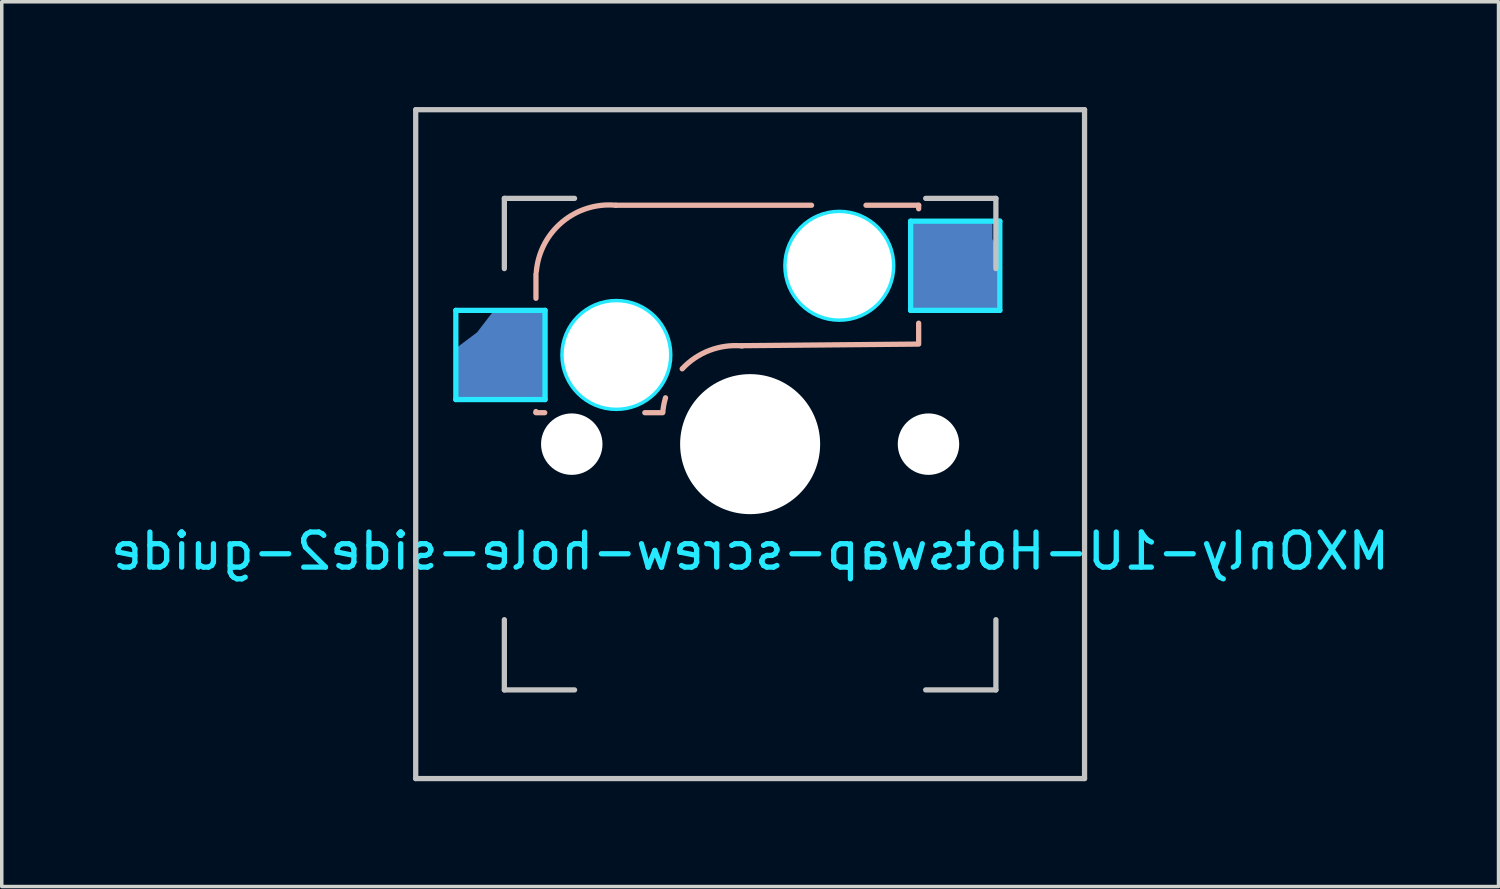
<source format=kicad_pcb>
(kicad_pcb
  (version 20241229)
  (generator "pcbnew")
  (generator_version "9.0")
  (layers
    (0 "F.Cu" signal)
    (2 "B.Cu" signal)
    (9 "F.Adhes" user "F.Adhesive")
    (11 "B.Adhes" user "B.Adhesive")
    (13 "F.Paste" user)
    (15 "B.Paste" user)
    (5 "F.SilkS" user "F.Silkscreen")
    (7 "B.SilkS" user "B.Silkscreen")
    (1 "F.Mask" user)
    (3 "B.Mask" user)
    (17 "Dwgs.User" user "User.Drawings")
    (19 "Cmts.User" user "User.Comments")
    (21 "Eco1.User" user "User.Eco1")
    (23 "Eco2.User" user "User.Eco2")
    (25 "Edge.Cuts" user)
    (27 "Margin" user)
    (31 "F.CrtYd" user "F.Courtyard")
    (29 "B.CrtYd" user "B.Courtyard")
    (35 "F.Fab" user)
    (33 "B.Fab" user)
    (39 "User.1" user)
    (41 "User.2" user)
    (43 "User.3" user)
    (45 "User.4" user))
  (footprint "MXOnly-1U-Hotswap-screw-hole-side2-guide"
    (layer "F.Cu")
    (at 18.315 9.6)
    (property "Reference" "MXOnly-1U-Hotswap-screw-hole-side2-guide" (at 0 3.048 0) (layer "B.CrtYd") (effects (font (size 1 1) (thickness 0.15)) (justify mirror)))
    (attr smd)
    (fp_line (start -6.1 -4.85) (end -6.1 -4.154) (stroke (width 0.15) (type solid)) (layer "B.SilkS"))
    (fp_line (start -6.1 -0.929) (end -6.1 -0.905) (stroke (width 0.15) (type solid)) (layer "B.SilkS"))
    (fp_line (start -6.1 -0.896) (end -5.85 -0.896) (stroke (width 0.15) (type solid)) (layer "B.SilkS"))
    (fp_line (start -3 -0.896) (end -2.49 -0.896) (stroke (width 0.15) (type solid)) (layer "B.SilkS"))
    (fp_line (start 1.75 -6.804) (end -3.825 -6.804) (stroke (width 0.15) (type solid)) (layer "B.SilkS"))
    (fp_line (start 4.8 -6.804) (end 3.3 -6.804) (stroke (width 0.15) (type solid)) (layer "B.SilkS"))
    (fp_line (start 4.8 -6.704) (end 4.8 -6.804) (stroke (width 0.15) (type solid)) (layer "B.SilkS"))
    (fp_line (start 4.8 -2.896) (end 4.8 -3.445) (stroke (width 0.15) (type solid)) (layer "B.SilkS"))
    (fp_line (start 4.8 -2.85) (end -0.25 -2.804) (stroke (width 0.15) (type solid)) (layer "B.SilkS"))
    (fp_arc (start -6.089 -4.92) (mid -5.347189 -6.33089) (end -3.825 -6.804) (stroke (width 0.15) (type solid)) (layer "B.SilkS"))
    (fp_arc (start -2.486705 -0.920156) (mid -2.458157 -1.121959) (end -2.409999 -1.32) (stroke (width 0.15) (type solid)) (layer "B.SilkS"))
    (fp_arc (start -1.935 -2.145) (mid -1.15591 -2.67002) (end -0.225184 -2.797993) (stroke (width 0.15) (type solid)) (layer "B.SilkS"))
    (fp_line (start -9.525 -9.525) (end 9.525 -9.525) (stroke (width 0.15) (type solid)) (layer "Dwgs.User"))
    (fp_line (start -9.525 9.525) (end -9.525 -9.525) (stroke (width 0.15) (type solid)) (layer "Dwgs.User"))
    (fp_line (start -7 -7) (end -7 -5) (stroke (width 0.15) (type solid)) (layer "Dwgs.User"))
    (fp_line (start -7 5) (end -7 7) (stroke (width 0.15) (type solid)) (layer "Dwgs.User"))
    (fp_line (start -7 7) (end -5 7) (stroke (width 0.15) (type solid)) (layer "Dwgs.User"))
    (fp_line (start -5 -7) (end -7 -7) (stroke (width 0.15) (type solid)) (layer "Dwgs.User"))
    (fp_line (start 5 -7) (end 7 -7) (stroke (width 0.15) (type solid)) (layer "Dwgs.User"))
    (fp_line (start 5 7) (end 7 7) (stroke (width 0.15) (type solid)) (layer "Dwgs.User"))
    (fp_line (start 7 -7) (end 7 -5) (stroke (width 0.15) (type solid)) (layer "Dwgs.User"))
    (fp_line (start 7 7) (end 7 5) (stroke (width 0.15) (type solid)) (layer "Dwgs.User"))
    (fp_line (start 9.525 -9.525) (end 9.525 9.525) (stroke (width 0.15) (type solid)) (layer "Dwgs.User"))
    (fp_line (start 9.525 9.525) (end -9.525 9.525) (stroke (width 0.15) (type solid)) (layer "Dwgs.User"))
    (fp_line (start -8.382 -3.81) (end -8.382 -1.27) (stroke (width 0.15) (type solid)) (layer "B.CrtYd"))
    (fp_line (start -8.382 -1.27) (end -5.842 -1.27) (stroke (width 0.15) (type solid)) (layer "B.CrtYd"))
    (fp_line (start -5.842 -3.81) (end -8.382 -3.81) (stroke (width 0.15) (type solid)) (layer "B.CrtYd"))
    (fp_line (start -5.842 -1.27) (end -5.842 -3.81) (stroke (width 0.15) (type solid)) (layer "B.CrtYd"))
    (fp_line (start 4.572 -6.35) (end 7.112 -6.35) (stroke (width 0.15) (type solid)) (layer "B.CrtYd"))
    (fp_line (start 4.572 -3.81) (end 4.572 -6.35) (stroke (width 0.15) (type solid)) (layer "B.CrtYd"))
    (fp_line (start 7.112 -6.35) (end 7.112 -3.81) (stroke (width 0.15) (type solid)) (layer "B.CrtYd"))
    (fp_line (start 7.112 -3.81) (end 4.572 -3.81) (stroke (width 0.15) (type solid)) (layer "B.CrtYd"))
    (fp_circle (center -3.81 -2.54) (end -3.81 -4.064) (stroke (width 0.15) (type solid)) (fill no) (layer "B.CrtYd"))
    (fp_circle (center 2.54 -5.08) (end 2.54 -6.604) (stroke (width 0.15) (type solid)) (fill no) (layer "B.CrtYd"))
    (pad "" np_thru_hole circle (at -5.08 0 48.1) (size 1.75 1.75) (drill 1.75) (layers "*.Cu" "*.Mask"))
    (pad "" np_thru_hole circle (at -3.81 -2.54) (size 3 3) (drill 3) (layers "*.Cu" "*.Mask"))
    (pad "" np_thru_hole circle (at 0 0) (size 3.988 3.988) (drill 3.988) (layers "*.Cu" "*.Mask"))
    (pad "" np_thru_hole circle (at 2.54 -5.08) (size 3 3) (drill 3) (layers "*.Cu" "*.Mask"))
    (pad "" np_thru_hole circle (at 5.08 0 48.1) (size 1.75 1.75) (drill 1.75) (layers "*.Cu" "*.Mask"))
    (pad "1" smd custom (at -7.085 -2.54) (size 1 1) (layers "B.Cu" "B.Mask" "B.Paste") (options (anchor rect)) (primitives (gr_poly (pts (xy -0.15 -1.25) (xy 1.25 -1.25) (xy 1.25 1.25) (xy -1.25 1.25) (xy -1.25 -0.15) (xy -0.65 -0.6)) (width 0.12) (fill yes))))
    (pad "2" smd custom (at 5.842 -5.08) (size 1 1) (layers "B.Cu" "B.Mask" "B.Paste") (options (anchor rect)) (primitives (gr_poly (pts (xy -1.25 -1.25) (xy 1 -1.25) (xy 1 -0.75) (xy 1.25 -0.2) (xy 1.25 1.25) (xy -1.25 1.25)) (width 0.12) (fill yes)))))
  (gr_rect
    (start -3 -3)
    (end 39.631 22.2)
    (stroke (width 0.1) (type default))
    (fill no)
    (layer "Edge.Cuts")))
</source>
